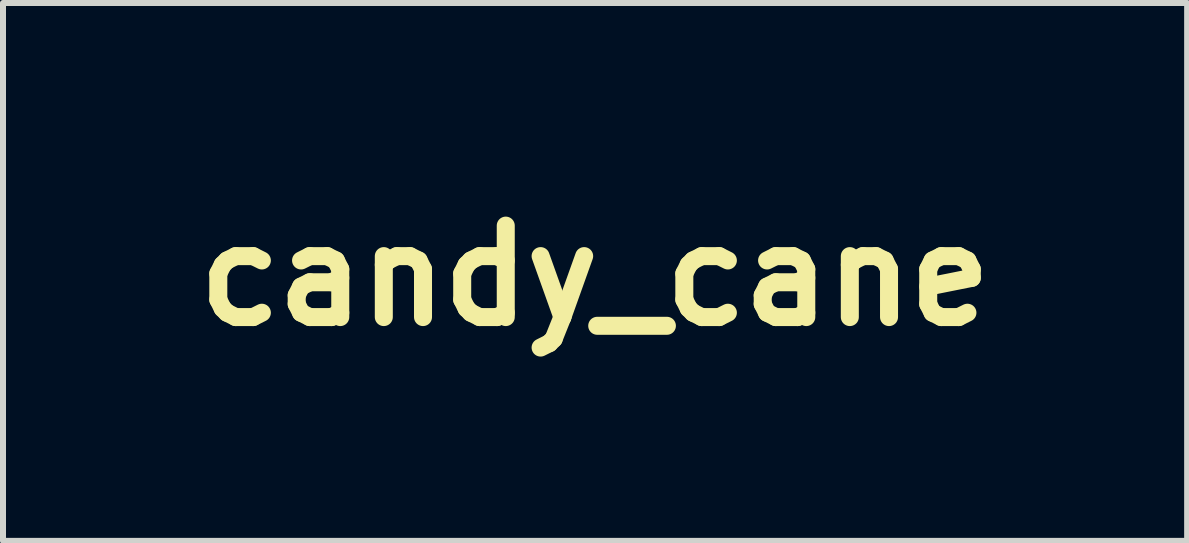
<source format=kicad_pcb>
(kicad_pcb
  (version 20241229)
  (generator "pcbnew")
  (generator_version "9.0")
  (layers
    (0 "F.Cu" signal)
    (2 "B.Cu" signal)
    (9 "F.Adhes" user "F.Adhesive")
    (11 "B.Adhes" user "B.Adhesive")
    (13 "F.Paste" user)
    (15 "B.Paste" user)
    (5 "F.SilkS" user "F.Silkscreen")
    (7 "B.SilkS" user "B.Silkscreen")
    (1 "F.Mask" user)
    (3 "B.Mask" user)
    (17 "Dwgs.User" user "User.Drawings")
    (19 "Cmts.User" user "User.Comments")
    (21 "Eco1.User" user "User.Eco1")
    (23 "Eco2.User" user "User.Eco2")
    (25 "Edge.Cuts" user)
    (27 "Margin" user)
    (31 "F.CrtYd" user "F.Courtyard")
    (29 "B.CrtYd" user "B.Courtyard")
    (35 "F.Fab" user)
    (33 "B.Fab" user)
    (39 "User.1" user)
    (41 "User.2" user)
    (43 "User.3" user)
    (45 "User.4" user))
  (footprint "candy_cane"
    (layer "F.Cu")
    (at 6.865 1.544)
    (property "Reference" "candy_cane" (at 0 0 0) (layer "F.SilkS") (effects (font (size 1.524 1.524) (thickness 0.3))))
    (attr board_only exclude_from_pos_files exclude_from_bom)
    (fp_poly (pts (xy -1.497 -0.154) (xy -1.501 -0.15) (xy -1.504 -0.154) (xy -1.501 -0.157)) (stroke (width 0) (type solid)) (fill yes) (layer "F.Mask"))
    (fp_poly (pts (xy -0.896 -0.783) (xy -0.899 -0.779) (xy -0.903 -0.783) (xy -0.899 -0.786)) (stroke (width 0) (type solid)) (fill yes) (layer "F.Mask"))
    (fp_poly (pts (xy -0.868 -0.81) (xy -0.872 -0.807) (xy -0.875 -0.81) (xy -0.872 -0.814)) (stroke (width 0) (type solid)) (fill yes) (layer "F.Mask"))
    (fp_poly (pts (xy -1.154 -0.011) (xy -1.153 -0.009) (xy -1.162 -0.008) (xy -1.172 -0.009) (xy -1.171 -0.011) (xy -1.157 -0.012)) (stroke (width 0) (type solid)) (fill yes) (layer "F.Mask"))
    (fp_poly (pts (xy -0.87 -0.275) (xy -0.87 -0.264) (xy -0.871 -0.262) (xy -0.874 -0.264) (xy -0.875 -0.271) (xy -0.873 -0.278)) (stroke (width 0) (type solid)) (fill yes) (layer "F.Mask"))
    (fp_poly (pts (xy -0.864 -0.314) (xy -0.864 -0.313) (xy -0.863 -0.298) (xy -0.864 -0.292) (xy -0.866 -0.292) (xy -0.867 -0.303) (xy -0.867 -0.304) (xy -0.866 -0.315)) (stroke (width 0) (type solid)) (fill yes) (layer "F.Mask"))
    (fp_poly (pts (xy -1.453 -0.102) (xy -1.433 -0.085) (xy -1.418 -0.072) (xy -1.41 -0.064) (xy -1.409 -0.064) (xy -1.411 -0.062) (xy -1.411 -0.062) (xy -1.418 -0.066) (xy -1.432 -0.078) (xy -1.45 -0.095) (xy -1.455 -0.1) (xy -1.494 -0.139)) (stroke (width 0) (type solid)) (fill yes) (layer "F.Mask"))
    (fp_poly (pts (xy -0.878 -0.236) (xy -0.884 -0.22) (xy -0.893 -0.202) (xy -0.902 -0.185) (xy -0.909 -0.175) (xy -0.911 -0.174) (xy -0.911 -0.178) (xy -0.906 -0.191) (xy -0.897 -0.211) (xy -0.887 -0.23) (xy -0.88 -0.243) (xy -0.876 -0.245)) (stroke (width 0) (type solid)) (fill yes) (layer "F.Mask"))
    (fp_poly (pts (xy -0.926 -0.15) (xy -0.928 -0.147) (xy -0.959 -0.11) (xy -0.998 -0.076) (xy -1.042 -0.048) (xy -1.086 -0.026) (xy -1.118 -0.017) (xy -1.122 -0.017) (xy -1.116 -0.021) (xy -1.099 -0.028) (xy -1.096 -0.029) (xy -1.032 -0.06) (xy -0.977 -0.101) (xy -0.949 -0.129) (xy -0.935 -0.144) (xy -0.927 -0.152)) (stroke (width 0) (type solid)) (fill yes) (layer "F.Mask"))
    (fp_poly (pts (xy -1.396 -0.057) (xy -1.381 -0.051) (xy -1.364 -0.044) (xy -1.336 -0.032) (xy -1.303 -0.022) (xy -1.284 -0.017) (xy -1.263 -0.012) (xy -1.254 -0.009) (xy -1.258 -0.008) (xy -1.265 -0.008) (xy -1.288 -0.01) (xy -1.313 -0.015) (xy -1.316 -0.016) (xy -1.335 -0.024) (xy -1.357 -0.033) (xy -1.378 -0.043) (xy -1.394 -0.052) (xy -1.401 -0.057) (xy -1.402 -0.058)) (stroke (width 0) (type solid)) (fill yes) (layer "F.Mask"))
    (fp_poly (pts (xy 0.557 -0.249) (xy 0.586 -0.205) (xy 0.619 -0.154) (xy 0.653 -0.101) (xy 0.685 -0.052) (xy 0.701 -0.029) (xy 0.726 0.01) (xy 0.744 0.039) (xy 0.757 0.061) (xy 0.765 0.076) (xy 0.769 0.088) (xy 0.77 0.098) (xy 0.769 0.108) (xy 0.769 0.11) (xy 0.765 0.127) (xy 0.761 0.136) (xy 0.76 0.137) (xy 0.755 0.131) (xy 0.744 0.116) (xy 0.727 0.091) (xy 0.705 0.059) (xy 0.679 0.021) (xy 0.65 -0.023) (xy 0.622 -0.065) (xy 0.591 -0.113) (xy 0.562 -0.157) (xy 0.536 -0.196) (xy 0.515 -0.23) (xy 0.498 -0.256) (xy 0.487 -0.273) (xy 0.483 -0.28) (xy 0.48 -0.295) (xy 0.481 -0.316) (xy 0.482 -0.325) (xy 0.487 -0.358)) (stroke (width 0) (type solid)) (fill yes) (layer "F.Mask"))
    (fp_poly (pts (xy -0.044 -1.178) (xy -0.032 -1.16) (xy -0.014 -1.134) (xy 0.004 -1.105) (xy 0.015 -1.089) (xy 0.03 -1.065) (xy 0.051 -1.033) (xy 0.076 -0.994) (xy 0.103 -0.951) (xy 0.131 -0.908) (xy 0.14 -0.894) (xy 0.226 -0.76) (xy 0.222 -0.725) (xy 0.218 -0.706) (xy 0.215 -0.693) (xy 0.213 -0.691) (xy 0.208 -0.696) (xy 0.197 -0.712) (xy 0.18 -0.736) (xy 0.159 -0.767) (xy 0.134 -0.804) (xy 0.106 -0.845) (xy 0.099 -0.856) (xy 0.069 -0.902) (xy 0.04 -0.946) (xy 0.013 -0.988) (xy -0.011 -1.025) (xy -0.03 -1.054) (xy -0.042 -1.074) (xy -0.042 -1.075) (xy -0.058 -1.1) (xy -0.067 -1.118) (xy -0.071 -1.133) (xy -0.072 -1.147) (xy -0.07 -1.166) (xy -0.07 -1.167) (xy -0.065 -1.207)) (stroke (width 0) (type solid)) (fill yes) (layer "F.Mask"))
    (fp_poly (pts (xy 1.016 0.457) (xy 1.02 0.465) (xy 1.028 0.477) (xy 1.042 0.498) (xy 1.061 0.528) (xy 1.084 0.564) (xy 1.111 0.604) (xy 1.14 0.648) (xy 1.146 0.658) (xy 1.175 0.701) (xy 1.2 0.741) (xy 1.222 0.775) (xy 1.24 0.804) (xy 1.252 0.824) (xy 1.258 0.835) (xy 1.258 0.836) (xy 1.262 0.847) (xy 1.272 0.861) (xy 1.281 0.878) (xy 1.285 0.897) (xy 1.284 0.912) (xy 1.28 0.919) (xy 1.275 0.914) (xy 1.264 0.899) (xy 1.247 0.875) (xy 1.225 0.843) (xy 1.198 0.805) (xy 1.169 0.762) (xy 1.137 0.714) (xy 1.135 0.71) (xy 1.103 0.662) (xy 1.074 0.617) (xy 1.048 0.576) (xy 1.027 0.542) (xy 1.011 0.515) (xy 1 0.496) (xy 0.997 0.487) (xy 0.997 0.487) (xy 1 0.471) (xy 1.002 0.458) (xy 1.005 0.448) (xy 1.009 0.448)) (stroke (width 0) (type solid)) (fill yes) (layer "F.Mask"))
    (fp_poly (pts (xy -0.083 -1.034) (xy -0.072 -1.018) (xy -0.055 -0.993) (xy -0.033 -0.961) (xy -0.007 -0.923) (xy 0.022 -0.879) (xy 0.054 -0.831) (xy 0.055 -0.829) (xy 0.098 -0.764) (xy 0.132 -0.71) (xy 0.159 -0.667) (xy 0.178 -0.635) (xy 0.189 -0.613) (xy 0.193 -0.603) (xy 0.188 -0.582) (xy 0.177 -0.554) (xy 0.163 -0.521) (xy 0.145 -0.487) (xy 0.127 -0.457) (xy 0.123 -0.451) (xy 0.079 -0.394) (xy 0.027 -0.342) (xy -0.029 -0.297) (xy -0.087 -0.26) (xy -0.146 -0.233) (xy -0.204 -0.217) (xy -0.216 -0.216) (xy -0.25 -0.211) (xy -0.308 -0.305) (xy -0.333 -0.346) (xy -0.361 -0.391) (xy -0.389 -0.435) (xy -0.414 -0.473) (xy -0.418 -0.479) (xy -0.438 -0.509) (xy -0.454 -0.536) (xy -0.466 -0.557) (xy -0.472 -0.569) (xy -0.473 -0.571) (xy -0.469 -0.58) (xy -0.456 -0.592) (xy -0.431 -0.61) (xy -0.407 -0.626) (xy -0.338 -0.672) (xy -0.28 -0.719) (xy -0.232 -0.768) (xy -0.191 -0.823) (xy -0.156 -0.885) (xy -0.124 -0.957) (xy -0.112 -0.986) (xy -0.103 -1.01) (xy -0.094 -1.029) (xy -0.089 -1.038) (xy -0.088 -1.039)) (stroke (width 0) (type solid)) (fill yes) (layer "F.Mask"))
    (fp_poly (pts (xy -0.78 -1.543) (xy -0.733 -1.54) (xy -0.691 -1.537) (xy -0.654 -1.534) (xy -0.626 -1.53) (xy -0.607 -1.527) (xy -0.6 -1.525) (xy -0.595 -1.517) (xy -0.588 -1.508) (xy -0.583 -1.501) (xy -0.585 -1.498) (xy -0.596 -1.498) (xy -0.612 -1.501) (xy -0.632 -1.503) (xy -0.662 -1.504) (xy -0.697 -1.505) (xy -0.735 -1.505) (xy -0.739 -1.505) (xy -0.78 -1.504) (xy -0.812 -1.502) (xy -0.839 -1.499) (xy -0.867 -1.493) (xy -0.901 -1.485) (xy -0.915 -1.481) (xy -0.974 -1.463) (xy -1.02 -1.446) (xy -1.057 -1.429) (xy -1.084 -1.412) (xy -1.104 -1.393) (xy -1.119 -1.371) (xy -1.122 -1.363) (xy -1.131 -1.346) (xy -1.138 -1.336) (xy -1.14 -1.334) (xy -1.149 -1.337) (xy -1.166 -1.343) (xy -1.191 -1.351) (xy -1.2 -1.355) (xy -1.228 -1.364) (xy -1.252 -1.37) (xy -1.27 -1.374) (xy -1.273 -1.374) (xy -1.288 -1.376) (xy -1.295 -1.38) (xy -1.291 -1.385) (xy -1.276 -1.395) (xy -1.253 -1.408) (xy -1.223 -1.423) (xy -1.19 -1.44) (xy -1.155 -1.456) (xy -1.119 -1.473) (xy -1.086 -1.487) (xy -1.057 -1.499) (xy -1.036 -1.506) (xy -0.976 -1.523) (xy -0.925 -1.535) (xy -0.876 -1.541) (xy -0.827 -1.544)) (stroke (width 0) (type solid)) (fill yes) (layer "F.Mask"))
    (fp_poly (pts (xy 0.465 -0.177) (xy 0.485 -0.151) (xy 0.509 -0.117) (xy 0.537 -0.08) (xy 0.567 -0.039) (xy 0.597 0.003) (xy 0.626 0.042) (xy 0.652 0.079) (xy 0.671 0.107) (xy 0.744 0.213) (xy 0.735 0.238) (xy 0.702 0.314) (xy 0.657 0.388) (xy 0.602 0.457) (xy 0.539 0.521) (xy 0.47 0.577) (xy 0.396 0.623) (xy 0.38 0.632) (xy 0.353 0.645) (xy 0.33 0.655) (xy 0.314 0.662) (xy 0.309 0.663) (xy 0.303 0.658) (xy 0.292 0.642) (xy 0.275 0.619) (xy 0.255 0.588) (xy 0.232 0.553) (xy 0.225 0.542) (xy 0.193 0.491) (xy 0.165 0.448) (xy 0.141 0.409) (xy 0.116 0.37) (xy 0.09 0.327) (xy 0.059 0.278) (xy 0.053 0.268) (xy 0.039 0.245) (xy 0.027 0.226) (xy 0.021 0.214) (xy 0.021 0.212) (xy 0.026 0.207) (xy 0.04 0.201) (xy 0.043 0.2) (xy 0.059 0.193) (xy 0.082 0.181) (xy 0.109 0.166) (xy 0.12 0.16) (xy 0.146 0.145) (xy 0.17 0.131) (xy 0.187 0.122) (xy 0.191 0.119) (xy 0.21 0.106) (xy 0.236 0.086) (xy 0.264 0.06) (xy 0.293 0.032) (xy 0.319 0.004) (xy 0.34 -0.021) (xy 0.358 -0.046) (xy 0.379 -0.079) (xy 0.4 -0.114) (xy 0.41 -0.132) (xy 0.425 -0.158) (xy 0.438 -0.179) (xy 0.447 -0.191) (xy 0.451 -0.194)) (stroke (width 0) (type solid)) (fill yes) (layer "F.Mask"))
    (fp_poly (pts (xy 0.972 0.562) (xy 0.976 0.566) (xy 0.982 0.574) (xy 0.991 0.587) (xy 1.003 0.606) (xy 1.02 0.63) (xy 1.041 0.662) (xy 1.067 0.702) (xy 1.099 0.751) (xy 1.137 0.81) (xy 1.183 0.879) (xy 1.188 0.887) (xy 1.209 0.919) (xy 1.227 0.949) (xy 1.241 0.973) (xy 1.249 0.989) (xy 1.251 0.995) (xy 1.247 1.011) (xy 1.236 1.035) (xy 1.22 1.064) (xy 1.2 1.097) (xy 1.178 1.131) (xy 1.154 1.163) (xy 1.147 1.172) (xy 1.082 1.242) (xy 1.009 1.303) (xy 0.93 1.356) (xy 0.847 1.396) (xy 0.838 1.4) (xy 0.816 1.409) (xy 0.799 1.415) (xy 0.793 1.418) (xy 0.783 1.416) (xy 0.771 1.403) (xy 0.761 1.39) (xy 0.721 1.327) (xy 0.682 1.267) (xy 0.646 1.21) (xy 0.613 1.156) (xy 0.584 1.108) (xy 0.56 1.067) (xy 0.54 1.033) (xy 0.527 1.007) (xy 0.52 0.992) (xy 0.52 0.988) (xy 0.525 0.985) (xy 0.541 0.979) (xy 0.559 0.972) (xy 0.595 0.956) (xy 0.638 0.935) (xy 0.682 0.909) (xy 0.725 0.881) (xy 0.762 0.855) (xy 0.765 0.852) (xy 0.807 0.812) (xy 0.85 0.762) (xy 0.891 0.702) (xy 0.928 0.637) (xy 0.93 0.633) (xy 0.945 0.605) (xy 0.957 0.582) (xy 0.967 0.567) (xy 0.971 0.561) (xy 0.971 0.561)) (stroke (width 0) (type solid)) (fill yes) (layer "F.Mask"))
    (fp_poly (pts (xy -1.314 -0.848) (xy -1.238 -0.841) (xy -1.167 -0.833) (xy -1.104 -0.822) (xy -1.051 -0.809) (xy -1.008 -0.795) (xy -0.981 -0.782) (xy -0.955 -0.766) (xy -0.939 -0.752) (xy -0.93 -0.738) (xy -0.926 -0.719) (xy -0.925 -0.701) (xy -0.923 -0.677) (xy -0.917 -0.644) (xy -0.91 -0.609) (xy -0.904 -0.585) (xy -0.893 -0.543) (xy -0.883 -0.503) (xy -0.874 -0.466) (xy -0.867 -0.435) (xy -0.863 -0.411) (xy -0.862 -0.397) (xy -0.862 -0.394) (xy -0.869 -0.393) (xy -0.888 -0.392) (xy -0.916 -0.39) (xy -0.952 -0.389) (xy -0.99 -0.388) (xy -1.114 -0.384) (xy -1.129 -0.416) (xy -1.137 -0.434) (xy -1.143 -0.442) (xy -1.148 -0.44) (xy -1.153 -0.435) (xy -1.162 -0.413) (xy -1.163 -0.383) (xy -1.163 -0.382) (xy -1.167 -0.373) (xy -1.183 -0.368) (xy -1.188 -0.367) (xy -1.219 -0.36) (xy -1.256 -0.35) (xy -1.299 -0.336) (xy -1.345 -0.321) (xy -1.39 -0.304) (xy -1.433 -0.286) (xy -1.471 -0.27) (xy -1.502 -0.255) (xy -1.524 -0.242) (xy -1.528 -0.238) (xy -1.536 -0.232) (xy -1.543 -0.232) (xy -1.549 -0.24) (xy -1.559 -0.258) (xy -1.561 -0.262) (xy -1.579 -0.303) (xy -1.595 -0.357) (xy -1.61 -0.419) (xy -1.623 -0.489) (xy -1.634 -0.564) (xy -1.641 -0.643) (xy -1.645 -0.711) (xy -1.65 -0.825) (xy -1.603 -0.833) (xy -1.496 -0.847) (xy -1.389 -0.851)) (stroke (width 0) (type solid)) (fill yes) (layer "F.Mask"))
    (fp_poly (pts (xy -0.655 -1.384) (xy -0.637 -1.382) (xy -0.604 -1.379) (xy -0.573 -1.376) (xy -0.549 -1.375) (xy -0.538 -1.374) (xy -0.524 -1.373) (xy -0.515 -1.369) (xy -0.509 -1.358) (xy -0.502 -1.338) (xy -0.49 -1.285) (xy -0.487 -1.229) (xy -0.492 -1.176) (xy -0.495 -1.161) (xy -0.504 -1.125) (xy -0.512 -1.086) (xy -0.52 -1.049) (xy -0.527 -1.017) (xy -0.531 -0.991) (xy -0.533 -0.975) (xy -0.533 -0.974) (xy -0.537 -0.96) (xy -0.548 -0.939) (xy -0.563 -0.914) (xy -0.582 -0.886) (xy -0.602 -0.858) (xy -0.622 -0.834) (xy -0.639 -0.814) (xy -0.653 -0.803) (xy -0.659 -0.8) (xy -0.669 -0.804) (xy -0.687 -0.811) (xy -0.701 -0.818) (xy -0.722 -0.827) (xy -0.741 -0.832) (xy -0.764 -0.833) (xy -0.788 -0.833) (xy -0.841 -0.831) (xy -0.841 -0.861) (xy -0.842 -0.888) (xy -0.844 -0.917) (xy -0.845 -0.928) (xy -0.85 -0.963) (xy -0.824 -0.974) (xy -0.8 -0.981) (xy -0.775 -0.985) (xy -0.772 -0.985) (xy -0.745 -0.987) (xy -0.725 -0.993) (xy -0.713 -1.003) (xy -0.711 -1.008) (xy -0.715 -1.017) (xy -0.727 -1.022) (xy -0.749 -1.024) (xy -0.782 -1.023) (xy -0.802 -1.022) (xy -0.865 -1.018) (xy -0.889 -1.071) (xy -0.919 -1.129) (xy -0.956 -1.181) (xy -1.002 -1.231) (xy -1.009 -1.238) (xy -0.725 -1.238) (xy -0.722 -1.232) (xy -0.72 -1.233) (xy -0.719 -1.241) (xy -0.72 -1.242) (xy -0.724 -1.241) (xy -0.725 -1.238) (xy -1.009 -1.238) (xy -1.059 -1.28) (xy -1.096 -1.308) (xy -1.1 -1.312) (xy -1.096 -1.315) (xy -1.082 -1.316) (xy -1.057 -1.317) (xy -1.055 -1.317) (xy -1.028 -1.318) (xy -1.002 -1.321) (xy -0.974 -1.328) (xy -0.938 -1.338) (xy -0.914 -1.346) (xy -0.852 -1.364) (xy -0.799 -1.377) (xy -0.75 -1.384) (xy -0.704 -1.387)) (stroke (width 0) (type solid)) (fill yes) (layer "F.Mask")))
  (gr_rect
    (start -3 -3)
    (end 16.731 5.962)
    (stroke (width 0.1) (type default))
    (fill no)
    (layer "Edge.Cuts")))
</source>
